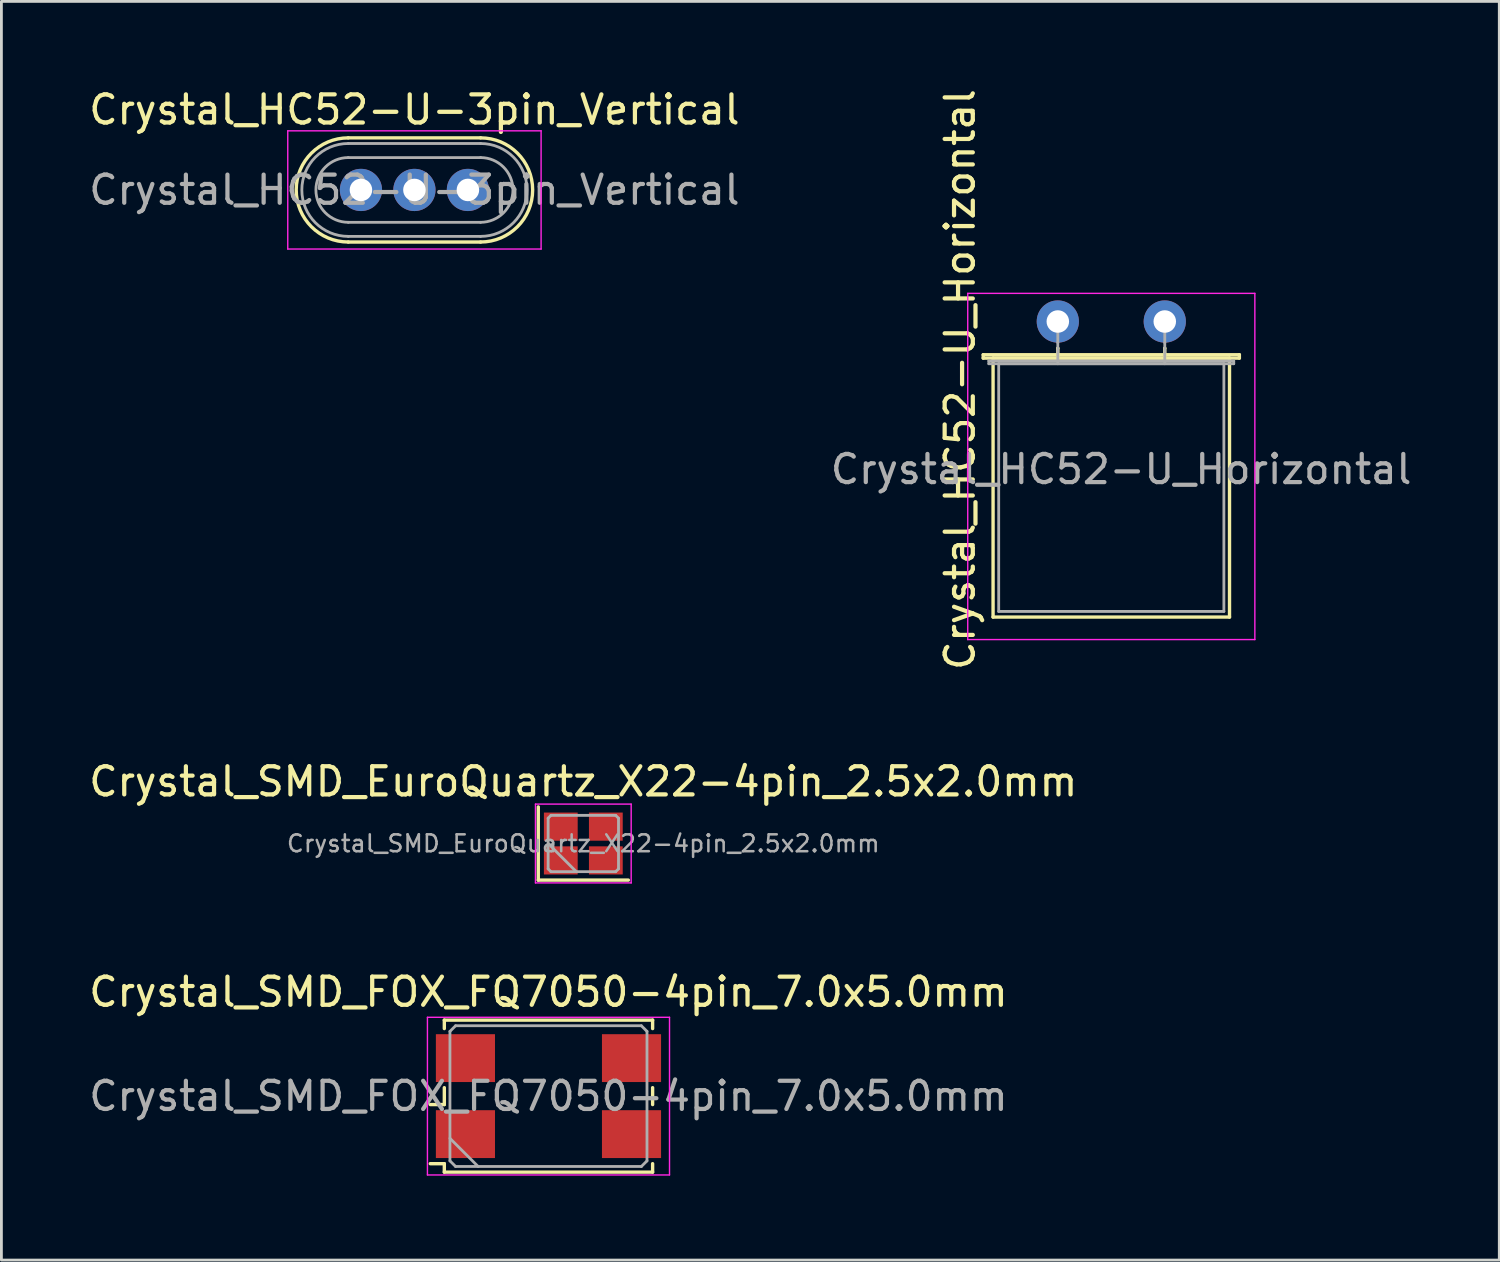
<source format=kicad_pcb>
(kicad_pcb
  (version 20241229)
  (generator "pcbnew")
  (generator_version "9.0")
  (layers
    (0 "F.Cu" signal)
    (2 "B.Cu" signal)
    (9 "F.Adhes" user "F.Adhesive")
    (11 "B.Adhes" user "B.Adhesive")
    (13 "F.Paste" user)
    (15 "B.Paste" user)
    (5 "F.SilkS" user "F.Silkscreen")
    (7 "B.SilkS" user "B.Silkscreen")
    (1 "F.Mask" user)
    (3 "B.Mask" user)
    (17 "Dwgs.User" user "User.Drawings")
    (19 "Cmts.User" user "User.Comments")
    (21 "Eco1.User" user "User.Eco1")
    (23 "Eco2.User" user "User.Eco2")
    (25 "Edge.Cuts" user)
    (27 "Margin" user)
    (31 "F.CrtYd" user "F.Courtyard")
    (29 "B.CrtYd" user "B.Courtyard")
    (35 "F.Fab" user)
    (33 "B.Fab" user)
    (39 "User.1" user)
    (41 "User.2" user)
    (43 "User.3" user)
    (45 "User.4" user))
  (footprint "Crystal_SMD_FOX_FQ7050-4pin_7.0x5.0mm"
    (layer "F.Cu")
    (at 16.435 35.891)
    (property "Reference" "Crystal_SMD_FOX_FQ7050-4pin_7.0x5.0mm" (at 0 -3.7 0) (layer "F.SilkS") (effects (font (size 1 1) (thickness 0.15))))
    (attr smd)
    (fp_line (start -4.2 0.3) (end -3.7 0.3) (stroke (width 0.12) (type solid)) (layer "F.SilkS"))
    (fp_line (start -4.2 2.4) (end -3.7 2.4) (stroke (width 0.12) (type solid)) (layer "F.SilkS"))
    (fp_line (start -3.7 -2.7) (end 3.7 -2.7) (stroke (width 0.12) (type solid)) (layer "F.SilkS"))
    (fp_line (start -3.7 -2.4) (end -3.7 -2.7) (stroke (width 0.12) (type solid)) (layer "F.SilkS"))
    (fp_line (start -3.7 0.3) (end -3.7 -0.3) (stroke (width 0.12) (type solid)) (layer "F.SilkS"))
    (fp_line (start -3.7 2.4) (end -3.7 2.7) (stroke (width 0.12) (type solid)) (layer "F.SilkS"))
    (fp_line (start -3.7 2.7) (end 3.7 2.7) (stroke (width 0.12) (type solid)) (layer "F.SilkS"))
    (fp_line (start 3.7 -2.7) (end 3.7 -2.4) (stroke (width 0.12) (type solid)) (layer "F.SilkS"))
    (fp_line (start 3.7 -0.3) (end 3.7 0.3) (stroke (width 0.12) (type solid)) (layer "F.SilkS"))
    (fp_line (start 3.7 2.7) (end 3.7 2.4) (stroke (width 0.12) (type solid)) (layer "F.SilkS"))
    (fp_line (start -4.3 -2.8) (end -4.3 2.8) (stroke (width 0.05) (type solid)) (layer "F.CrtYd"))
    (fp_line (start -4.3 2.8) (end 4.3 2.8) (stroke (width 0.05) (type solid)) (layer "F.CrtYd"))
    (fp_line (start 4.3 -2.8) (end -4.3 -2.8) (stroke (width 0.05) (type solid)) (layer "F.CrtYd"))
    (fp_line (start 4.3 2.8) (end 4.3 -2.8) (stroke (width 0.05) (type solid)) (layer "F.CrtYd"))
    (fp_line (start -3.5 -2.3) (end -3.3 -2.5) (stroke (width 0.1) (type solid)) (layer "F.Fab"))
    (fp_line (start -3.5 1.5) (end -2.5 2.5) (stroke (width 0.1) (type solid)) (layer "F.Fab"))
    (fp_line (start -3.5 2.3) (end -3.5 -2.3) (stroke (width 0.1) (type solid)) (layer "F.Fab"))
    (fp_line (start -3.3 -2.5) (end 3.3 -2.5) (stroke (width 0.1) (type solid)) (layer "F.Fab"))
    (fp_line (start -3.3 2.5) (end -3.5 2.3) (stroke (width 0.1) (type solid)) (layer "F.Fab"))
    (fp_line (start 3.3 -2.5) (end 3.5 -2.3) (stroke (width 0.1) (type solid)) (layer "F.Fab"))
    (fp_line (start 3.3 2.5) (end -3.3 2.5) (stroke (width 0.1) (type solid)) (layer "F.Fab"))
    (fp_line (start 3.5 -2.3) (end 3.5 2.3) (stroke (width 0.1) (type solid)) (layer "F.Fab"))
    (fp_line (start 3.5 2.3) (end 3.3 2.5) (stroke (width 0.1) (type solid)) (layer "F.Fab"))
    (fp_text user "${REFERENCE}" (at 0 0 0) (layer "F.Fab") (effects (font (size 1 1) (thickness 0.15))))
    (pad "1" smd rect (at -2.95 1.35) (size 2.1 1.7) (layers "F.Cu" "F.Mask" "F.Paste"))
    (pad "2" smd rect (at 2.95 1.35) (size 2.1 1.7) (layers "F.Cu" "F.Mask" "F.Paste"))
    (pad "3" smd rect (at 2.95 -1.35) (size 2.1 1.7) (layers "F.Cu" "F.Mask" "F.Paste"))
    (pad "4" smd rect (at -2.95 -1.35) (size 2.1 1.7) (layers "F.Cu" "F.Mask" "F.Paste")))
  (footprint "Crystal_HC52-U_Horizontal"
    (layer "F.Cu")
    (at 34.53 8.372)
    (property "Reference" "Crystal_HC52-U_Horizontal" (at -3.475 2.062 90) (layer "F.SilkS") (effects (font (size 1 1) (thickness 0.15))))
    (attr through_hole)
    (fp_line (start -2.65 1.18) (end 6.45 1.18) (stroke (width 0.12) (type solid)) (layer "F.SilkS"))
    (fp_line (start -2.65 1.3) (end -2.65 1.18) (stroke (width 0.12) (type solid)) (layer "F.SilkS"))
    (fp_line (start -2.3 1.3) (end -2.3 10.5) (stroke (width 0.12) (type solid)) (layer "F.SilkS"))
    (fp_line (start -2.3 10.5) (end 6.1 10.5) (stroke (width 0.12) (type solid)) (layer "F.SilkS"))
    (fp_line (start 0 0.95) (end 0 0.95) (stroke (width 0.12) (type solid)) (layer "F.SilkS"))
    (fp_line (start 0 1.3) (end 0 0.95) (stroke (width 0.12) (type solid)) (layer "F.SilkS"))
    (fp_line (start 3.8 0.95) (end 3.8 0.95) (stroke (width 0.12) (type solid)) (layer "F.SilkS"))
    (fp_line (start 3.8 1.3) (end 3.8 0.95) (stroke (width 0.12) (type solid)) (layer "F.SilkS"))
    (fp_line (start 6.1 1.3) (end -2.3 1.3) (stroke (width 0.12) (type solid)) (layer "F.SilkS"))
    (fp_line (start 6.1 10.5) (end 6.1 1.3) (stroke (width 0.12) (type solid)) (layer "F.SilkS"))
    (fp_line (start 6.45 1.18) (end 6.45 1.3) (stroke (width 0.12) (type solid)) (layer "F.SilkS"))
    (fp_line (start 6.45 1.3) (end -2.65 1.3) (stroke (width 0.12) (type solid)) (layer "F.SilkS"))
    (fp_line (start -3.2 -1) (end -3.2 11.3) (stroke (width 0.05) (type solid)) (layer "F.CrtYd"))
    (fp_line (start -3.2 11.3) (end 7 11.3) (stroke (width 0.05) (type solid)) (layer "F.CrtYd"))
    (fp_line (start 7 -1) (end -3.2 -1) (stroke (width 0.05) (type solid)) (layer "F.CrtYd"))
    (fp_line (start 7 11.3) (end 7 -1) (stroke (width 0.05) (type solid)) (layer "F.CrtYd"))
    (fp_line (start -2.45 1.4) (end 6.25 1.4) (stroke (width 0.1) (type solid)) (layer "F.Fab"))
    (fp_line (start -2.45 1.5) (end -2.45 1.4) (stroke (width 0.1) (type solid)) (layer "F.Fab"))
    (fp_line (start -2.1 1.5) (end -2.1 10.3) (stroke (width 0.1) (type solid)) (layer "F.Fab"))
    (fp_line (start -2.1 10.3) (end 5.9 10.3) (stroke (width 0.1) (type solid)) (layer "F.Fab"))
    (fp_line (start 0 0.75) (end 0 0) (stroke (width 0.1) (type solid)) (layer "F.Fab"))
    (fp_line (start 0 1.5) (end 0 0.75) (stroke (width 0.1) (type solid)) (layer "F.Fab"))
    (fp_line (start 3.8 0.75) (end 3.8 0) (stroke (width 0.1) (type solid)) (layer "F.Fab"))
    (fp_line (start 3.8 1.5) (end 3.8 0.75) (stroke (width 0.1) (type solid)) (layer "F.Fab"))
    (fp_line (start 5.9 1.5) (end -2.1 1.5) (stroke (width 0.1) (type solid)) (layer "F.Fab"))
    (fp_line (start 5.9 10.3) (end 5.9 1.5) (stroke (width 0.1) (type solid)) (layer "F.Fab"))
    (fp_line (start 6.25 1.4) (end 6.25 1.5) (stroke (width 0.1) (type solid)) (layer "F.Fab"))
    (fp_line (start 6.25 1.5) (end -2.45 1.5) (stroke (width 0.1) (type solid)) (layer "F.Fab"))
    (fp_text user "${REFERENCE}" (at 2.25 5.25 0) (layer "F.Fab") (effects (font (size 1 1) (thickness 0.15))))
    (pad "1" thru_hole circle (at 0 0) (size 1.5 1.5) (drill 0.8) (layers "*.Cu" "*.Mask"))
    (pad "2" thru_hole circle (at 3.8 0) (size 1.5 1.5) (drill 0.8) (layers "*.Cu" "*.Mask")))
  (footprint "Crystal_SMD_EuroQuartz_X22-4pin_2.5x2.0mm"
    (layer "F.Cu")
    (at 17.673 26.917)
    (property "Reference" "Crystal_SMD_EuroQuartz_X22-4pin_2.5x2.0mm" (at 0 -2.2 0) (layer "F.SilkS") (effects (font (size 1 1) (thickness 0.15))))
    (attr smd)
    (fp_line (start -1.6 -1.3) (end -1.6 1.3) (stroke (width 0.12) (type solid)) (layer "F.SilkS"))
    (fp_line (start -1.6 1.3) (end 1.6 1.3) (stroke (width 0.12) (type solid)) (layer "F.SilkS"))
    (fp_line (start -1.7 -1.4) (end -1.7 1.4) (stroke (width 0.05) (type solid)) (layer "F.CrtYd"))
    (fp_line (start -1.7 1.4) (end 1.7 1.4) (stroke (width 0.05) (type solid)) (layer "F.CrtYd"))
    (fp_line (start 1.7 -1.4) (end -1.7 -1.4) (stroke (width 0.05) (type solid)) (layer "F.CrtYd"))
    (fp_line (start 1.7 1.4) (end 1.7 -1.4) (stroke (width 0.05) (type solid)) (layer "F.CrtYd"))
    (fp_line (start -1.25 -0.9) (end -1.15 -1) (stroke (width 0.1) (type solid)) (layer "F.Fab"))
    (fp_line (start -1.25 0) (end -0.25 1) (stroke (width 0.1) (type solid)) (layer "F.Fab"))
    (fp_line (start -1.25 0.9) (end -1.25 -0.9) (stroke (width 0.1) (type solid)) (layer "F.Fab"))
    (fp_line (start -1.15 -1) (end 1.15 -1) (stroke (width 0.1) (type solid)) (layer "F.Fab"))
    (fp_line (start -1.15 1) (end -1.25 0.9) (stroke (width 0.1) (type solid)) (layer "F.Fab"))
    (fp_line (start 1.15 -1) (end 1.25 -0.9) (stroke (width 0.1) (type solid)) (layer "F.Fab"))
    (fp_line (start 1.15 1) (end -1.15 1) (stroke (width 0.1) (type solid)) (layer "F.Fab"))
    (fp_line (start 1.25 -0.9) (end 1.25 0.9) (stroke (width 0.1) (type solid)) (layer "F.Fab"))
    (fp_line (start 1.25 0.9) (end 1.15 1) (stroke (width 0.1) (type solid)) (layer "F.Fab"))
    (fp_text user "${REFERENCE}" (at 0 0 0) (layer "F.Fab") (effects (font (size 0.6 0.6) (thickness 0.09))))
    (pad "1" smd rect (at -0.8 0.6) (size 1.2 1) (layers "F.Cu" "F.Mask" "F.Paste"))
    (pad "2" smd rect (at 0.8 0.6) (size 1.2 1) (layers "F.Cu" "F.Mask" "F.Paste"))
    (pad "3" smd rect (at 0.8 -0.6) (size 1.2 1) (layers "F.Cu" "F.Mask" "F.Paste"))
    (pad "4" smd rect (at -0.8 -0.6) (size 1.2 1) (layers "F.Cu" "F.Mask" "F.Paste")))
  (footprint "Crystal_HC52-U-3pin_Vertical"
    (layer "F.Cu")
    (at 9.773 3.698)
    (property "Reference" "Crystal_HC52-U-3pin_Vertical" (at 1.9 -2.85 0) (layer "F.SilkS") (effects (font (size 1 1) (thickness 0.15))))
    (attr through_hole)
    (fp_line (start -0.45 -1.85) (end 4.25 -1.85) (stroke (width 0.12) (type solid)) (layer "F.SilkS"))
    (fp_line (start -0.45 1.85) (end 4.25 1.85) (stroke (width 0.12) (type solid)) (layer "F.SilkS"))
    (fp_arc (start -0.45 1.85) (mid -2.3 0) (end -0.45 -1.85) (stroke (width 0.12) (type solid)) (layer "F.SilkS"))
    (fp_arc (start 4.25 -1.85) (mid 6.1 0) (end 4.25 1.85) (stroke (width 0.12) (type solid)) (layer "F.SilkS"))
    (fp_line (start -2.6 -2.1) (end -2.6 2.1) (stroke (width 0.05) (type solid)) (layer "F.CrtYd"))
    (fp_line (start -2.6 2.1) (end 6.4 2.1) (stroke (width 0.05) (type solid)) (layer "F.CrtYd"))
    (fp_line (start 6.4 -2.1) (end -2.6 -2.1) (stroke (width 0.05) (type solid)) (layer "F.CrtYd"))
    (fp_line (start 6.4 2.1) (end 6.4 -2.1) (stroke (width 0.05) (type solid)) (layer "F.CrtYd"))
    (fp_line (start -0.45 -1.65) (end 4.25 -1.65) (stroke (width 0.1) (type solid)) (layer "F.Fab"))
    (fp_line (start -0.45 -1.15) (end 4.25 -1.15) (stroke (width 0.1) (type solid)) (layer "F.Fab"))
    (fp_line (start -0.45 1.15) (end 4.25 1.15) (stroke (width 0.1) (type solid)) (layer "F.Fab"))
    (fp_line (start -0.45 1.65) (end 4.25 1.65) (stroke (width 0.1) (type solid)) (layer "F.Fab"))
    (fp_arc (start -0.45 1.15) (mid -1.6 0) (end -0.45 -1.15) (stroke (width 0.1) (type solid)) (layer "F.Fab"))
    (fp_arc (start -0.45 1.65) (mid -2.1 0) (end -0.45 -1.65) (stroke (width 0.1) (type solid)) (layer "F.Fab"))
    (fp_arc (start 4.25 -1.65) (mid 5.9 0) (end 4.25 1.65) (stroke (width 0.1) (type solid)) (layer "F.Fab"))
    (fp_arc (start 4.25 -1.15) (mid 5.4 0) (end 4.25 1.15) (stroke (width 0.1) (type solid)) (layer "F.Fab"))
    (fp_text user "${REFERENCE}" (at 1.9 0 0) (layer "F.Fab") (effects (font (size 1 1) (thickness 0.15))))
    (pad "1" thru_hole circle (at 0 0) (size 1.5 1.5) (drill 0.8) (layers "*.Cu" "*.Mask"))
    (pad "2" thru_hole circle (at 1.9 0) (size 1.5 1.5) (drill 0.8) (layers "*.Cu" "*.Mask"))
    (pad "3" thru_hole circle (at 3.8 0) (size 1.5 1.5) (drill 0.8) (layers "*.Cu" "*.Mask")))
  (gr_rect
    (start -3 -3)
    (end 50.214 41.716)
    (stroke (width 0.1) (type default))
    (fill no)
    (layer "Edge.Cuts")))
</source>
